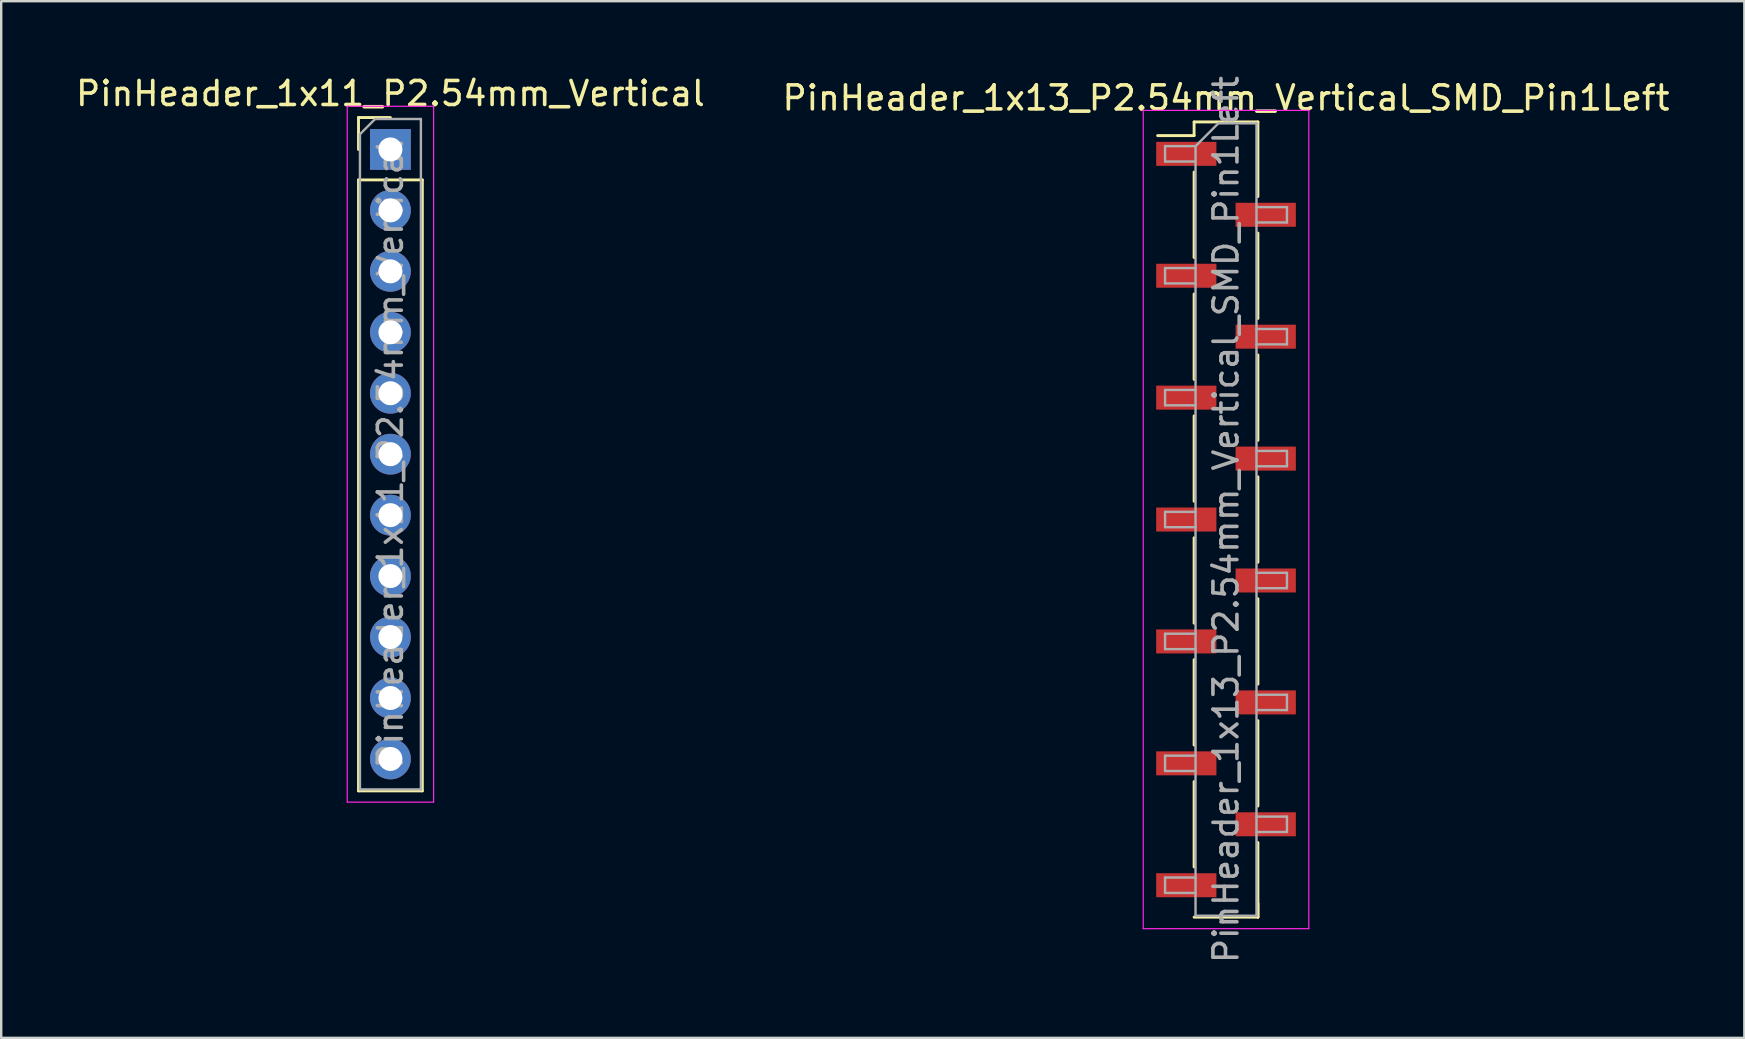
<source format=kicad_pcb>
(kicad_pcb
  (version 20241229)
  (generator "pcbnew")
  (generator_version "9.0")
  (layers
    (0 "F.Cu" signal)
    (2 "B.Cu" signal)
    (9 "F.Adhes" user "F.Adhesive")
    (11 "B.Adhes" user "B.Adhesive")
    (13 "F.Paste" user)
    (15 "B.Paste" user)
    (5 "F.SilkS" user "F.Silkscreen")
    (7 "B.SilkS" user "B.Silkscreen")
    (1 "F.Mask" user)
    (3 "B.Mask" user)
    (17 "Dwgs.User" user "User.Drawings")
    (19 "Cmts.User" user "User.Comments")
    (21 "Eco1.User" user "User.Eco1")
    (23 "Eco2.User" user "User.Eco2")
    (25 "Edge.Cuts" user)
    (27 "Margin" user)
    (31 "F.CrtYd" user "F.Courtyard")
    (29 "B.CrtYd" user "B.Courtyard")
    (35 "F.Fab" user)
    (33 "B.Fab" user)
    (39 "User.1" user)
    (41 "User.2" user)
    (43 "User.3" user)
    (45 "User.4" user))
  (footprint "PinHeader_1x11_P2.54mm_Vertical"
    (layer "F.Cu")
    (at 13.22 3.178)
    (property "Reference" "PinHeader_1x11_P2.54mm_Vertical" (at 0 -2.33 0) (layer "F.SilkS") (effects (font (size 1 1) (thickness 0.15))))
    (attr through_hole)
    (fp_line (start -1.33 -1.33) (end 0 -1.33) (stroke (width 0.12) (type solid)) (layer "F.SilkS"))
    (fp_line (start -1.33 0) (end -1.33 -1.33) (stroke (width 0.12) (type solid)) (layer "F.SilkS"))
    (fp_line (start -1.33 1.27) (end -1.33 26.73) (stroke (width 0.12) (type solid)) (layer "F.SilkS"))
    (fp_line (start -1.33 1.27) (end 1.33 1.27) (stroke (width 0.12) (type solid)) (layer "F.SilkS"))
    (fp_line (start -1.33 26.73) (end 1.33 26.73) (stroke (width 0.12) (type solid)) (layer "F.SilkS"))
    (fp_line (start 1.33 1.27) (end 1.33 26.73) (stroke (width 0.12) (type solid)) (layer "F.SilkS"))
    (fp_line (start -1.8 -1.8) (end -1.8 27.2) (stroke (width 0.05) (type solid)) (layer "F.CrtYd"))
    (fp_line (start -1.8 27.2) (end 1.8 27.2) (stroke (width 0.05) (type solid)) (layer "F.CrtYd"))
    (fp_line (start 1.8 -1.8) (end -1.8 -1.8) (stroke (width 0.05) (type solid)) (layer "F.CrtYd"))
    (fp_line (start 1.8 27.2) (end 1.8 -1.8) (stroke (width 0.05) (type solid)) (layer "F.CrtYd"))
    (fp_line (start -1.27 -0.635) (end -0.635 -1.27) (stroke (width 0.1) (type solid)) (layer "F.Fab"))
    (fp_line (start -1.27 26.67) (end -1.27 -0.635) (stroke (width 0.1) (type solid)) (layer "F.Fab"))
    (fp_line (start -0.635 -1.27) (end 1.27 -1.27) (stroke (width 0.1) (type solid)) (layer "F.Fab"))
    (fp_line (start 1.27 -1.27) (end 1.27 26.67) (stroke (width 0.1) (type solid)) (layer "F.Fab"))
    (fp_line (start 1.27 26.67) (end -1.27 26.67) (stroke (width 0.1) (type solid)) (layer "F.Fab"))
    (fp_text user "${REFERENCE}" (at 0 12.7 90) (layer "F.Fab") (effects (font (size 1 1) (thickness 0.15))))
    (pad "1" thru_hole rect (at 0 0) (size 1.7 1.7) (drill 1) (layers "*.Cu" "*.Mask"))
    (pad "2" thru_hole oval (at 0 2.54) (size 1.7 1.7) (drill 1) (layers "*.Cu" "*.Mask"))
    (pad "3" thru_hole oval (at 0 5.08) (size 1.7 1.7) (drill 1) (layers "*.Cu" "*.Mask"))
    (pad "4" thru_hole oval (at 0 7.62) (size 1.7 1.7) (drill 1) (layers "*.Cu" "*.Mask"))
    (pad "5" thru_hole oval (at 0 10.16) (size 1.7 1.7) (drill 1) (layers "*.Cu" "*.Mask"))
    (pad "6" thru_hole oval (at 0 12.7) (size 1.7 1.7) (drill 1) (layers "*.Cu" "*.Mask"))
    (pad "7" thru_hole oval (at 0 15.24) (size 1.7 1.7) (drill 1) (layers "*.Cu" "*.Mask"))
    (pad "8" thru_hole oval (at 0 17.78) (size 1.7 1.7) (drill 1) (layers "*.Cu" "*.Mask"))
    (pad "9" thru_hole oval (at 0 20.32) (size 1.7 1.7) (drill 1) (layers "*.Cu" "*.Mask"))
    (pad "10" thru_hole oval (at 0 22.86) (size 1.7 1.7) (drill 1) (layers "*.Cu" "*.Mask"))
    (pad "11" thru_hole oval (at 0 25.4) (size 1.7 1.7) (drill 1) (layers "*.Cu" "*.Mask")))
  (footprint "PinHeader_1x13_P2.54mm_Vertical_SMD_Pin1Left"
    (layer "F.Cu")
    (at 48.042 18.601)
    (property "Reference" "PinHeader_1x13_P2.54mm_Vertical_SMD_Pin1Left" (at 0 -17.57 0) (layer "F.SilkS") (effects (font (size 1 1) (thickness 0.15))))
    (attr smd)
    (fp_line (start -1.33 -16.57) (end -1.33 -16) (stroke (width 0.12) (type solid)) (layer "F.SilkS"))
    (fp_line (start -1.33 -16.57) (end 1.33 -16.57) (stroke (width 0.12) (type solid)) (layer "F.SilkS"))
    (fp_line (start -1.33 -16) (end -2.85 -16) (stroke (width 0.12) (type solid)) (layer "F.SilkS"))
    (fp_line (start -1.33 -14.48) (end -1.33 -10.92) (stroke (width 0.12) (type solid)) (layer "F.SilkS"))
    (fp_line (start -1.33 -9.4) (end -1.33 -5.84) (stroke (width 0.12) (type solid)) (layer "F.SilkS"))
    (fp_line (start -1.33 -4.32) (end -1.33 -0.76) (stroke (width 0.12) (type solid)) (layer "F.SilkS"))
    (fp_line (start -1.33 0.76) (end -1.33 4.32) (stroke (width 0.12) (type solid)) (layer "F.SilkS"))
    (fp_line (start -1.33 5.84) (end -1.33 9.4) (stroke (width 0.12) (type solid)) (layer "F.SilkS"))
    (fp_line (start -1.33 10.92) (end -1.33 14.48) (stroke (width 0.12) (type solid)) (layer "F.SilkS"))
    (fp_line (start -1.33 16.57) (end 1.33 16.57) (stroke (width 0.12) (type solid)) (layer "F.SilkS"))
    (fp_line (start 1.33 -16.57) (end 1.33 -13.46) (stroke (width 0.12) (type solid)) (layer "F.SilkS"))
    (fp_line (start 1.33 -11.94) (end 1.33 -8.38) (stroke (width 0.12) (type solid)) (layer "F.SilkS"))
    (fp_line (start 1.33 -6.86) (end 1.33 -3.3) (stroke (width 0.12) (type solid)) (layer "F.SilkS"))
    (fp_line (start 1.33 -1.78) (end 1.33 1.78) (stroke (width 0.12) (type solid)) (layer "F.SilkS"))
    (fp_line (start 1.33 3.3) (end 1.33 6.86) (stroke (width 0.12) (type solid)) (layer "F.SilkS"))
    (fp_line (start 1.33 8.38) (end 1.33 11.94) (stroke (width 0.12) (type solid)) (layer "F.SilkS"))
    (fp_line (start 1.33 13.46) (end 1.33 16.57) (stroke (width 0.12) (type solid)) (layer "F.SilkS"))
    (fp_line (start 1.33 16) (end 1.33 16.57) (stroke (width 0.12) (type solid)) (layer "F.SilkS"))
    (fp_line (start -3.45 -17.05) (end -3.45 17.05) (stroke (width 0.05) (type solid)) (layer "F.CrtYd"))
    (fp_line (start -3.45 17.05) (end 3.45 17.05) (stroke (width 0.05) (type solid)) (layer "F.CrtYd"))
    (fp_line (start 3.45 -17.05) (end -3.45 -17.05) (stroke (width 0.05) (type solid)) (layer "F.CrtYd"))
    (fp_line (start 3.45 17.05) (end 3.45 -17.05) (stroke (width 0.05) (type solid)) (layer "F.CrtYd"))
    (fp_line (start -2.54 -15.56) (end -2.54 -14.92) (stroke (width 0.1) (type solid)) (layer "F.Fab"))
    (fp_line (start -2.54 -14.92) (end -1.27 -14.92) (stroke (width 0.1) (type solid)) (layer "F.Fab"))
    (fp_line (start -2.54 -10.48) (end -2.54 -9.84) (stroke (width 0.1) (type solid)) (layer "F.Fab"))
    (fp_line (start -2.54 -9.84) (end -1.27 -9.84) (stroke (width 0.1) (type solid)) (layer "F.Fab"))
    (fp_line (start -2.54 -5.4) (end -2.54 -4.76) (stroke (width 0.1) (type solid)) (layer "F.Fab"))
    (fp_line (start -2.54 -4.76) (end -1.27 -4.76) (stroke (width 0.1) (type solid)) (layer "F.Fab"))
    (fp_line (start -2.54 -0.32) (end -2.54 0.32) (stroke (width 0.1) (type solid)) (layer "F.Fab"))
    (fp_line (start -2.54 0.32) (end -1.27 0.32) (stroke (width 0.1) (type solid)) (layer "F.Fab"))
    (fp_line (start -2.54 4.76) (end -2.54 5.4) (stroke (width 0.1) (type solid)) (layer "F.Fab"))
    (fp_line (start -2.54 5.4) (end -1.27 5.4) (stroke (width 0.1) (type solid)) (layer "F.Fab"))
    (fp_line (start -2.54 9.84) (end -2.54 10.48) (stroke (width 0.1) (type solid)) (layer "F.Fab"))
    (fp_line (start -2.54 10.48) (end -1.27 10.48) (stroke (width 0.1) (type solid)) (layer "F.Fab"))
    (fp_line (start -2.54 14.92) (end -2.54 15.56) (stroke (width 0.1) (type solid)) (layer "F.Fab"))
    (fp_line (start -2.54 15.56) (end -1.27 15.56) (stroke (width 0.1) (type solid)) (layer "F.Fab"))
    (fp_line (start -1.27 -15.56) (end -2.54 -15.56) (stroke (width 0.1) (type solid)) (layer "F.Fab"))
    (fp_line (start -1.27 -15.56) (end -0.32 -16.51) (stroke (width 0.1) (type solid)) (layer "F.Fab"))
    (fp_line (start -1.27 -10.48) (end -2.54 -10.48) (stroke (width 0.1) (type solid)) (layer "F.Fab"))
    (fp_line (start -1.27 -5.4) (end -2.54 -5.4) (stroke (width 0.1) (type solid)) (layer "F.Fab"))
    (fp_line (start -1.27 -0.32) (end -2.54 -0.32) (stroke (width 0.1) (type solid)) (layer "F.Fab"))
    (fp_line (start -1.27 4.76) (end -2.54 4.76) (stroke (width 0.1) (type solid)) (layer "F.Fab"))
    (fp_line (start -1.27 9.84) (end -2.54 9.84) (stroke (width 0.1) (type solid)) (layer "F.Fab"))
    (fp_line (start -1.27 14.92) (end -2.54 14.92) (stroke (width 0.1) (type solid)) (layer "F.Fab"))
    (fp_line (start -1.27 16.51) (end -1.27 -15.56) (stroke (width 0.1) (type solid)) (layer "F.Fab"))
    (fp_line (start -0.32 -16.51) (end 1.27 -16.51) (stroke (width 0.1) (type solid)) (layer "F.Fab"))
    (fp_line (start 1.27 -16.51) (end 1.27 16.51) (stroke (width 0.1) (type solid)) (layer "F.Fab"))
    (fp_line (start 1.27 -13.02) (end 2.54 -13.02) (stroke (width 0.1) (type solid)) (layer "F.Fab"))
    (fp_line (start 1.27 -7.94) (end 2.54 -7.94) (stroke (width 0.1) (type solid)) (layer "F.Fab"))
    (fp_line (start 1.27 -2.86) (end 2.54 -2.86) (stroke (width 0.1) (type solid)) (layer "F.Fab"))
    (fp_line (start 1.27 2.22) (end 2.54 2.22) (stroke (width 0.1) (type solid)) (layer "F.Fab"))
    (fp_line (start 1.27 7.3) (end 2.54 7.3) (stroke (width 0.1) (type solid)) (layer "F.Fab"))
    (fp_line (start 1.27 12.38) (end 2.54 12.38) (stroke (width 0.1) (type solid)) (layer "F.Fab"))
    (fp_line (start 1.27 16.51) (end -1.27 16.51) (stroke (width 0.1) (type solid)) (layer "F.Fab"))
    (fp_line (start 2.54 -13.02) (end 2.54 -12.38) (stroke (width 0.1) (type solid)) (layer "F.Fab"))
    (fp_line (start 2.54 -12.38) (end 1.27 -12.38) (stroke (width 0.1) (type solid)) (layer "F.Fab"))
    (fp_line (start 2.54 -7.94) (end 2.54 -7.3) (stroke (width 0.1) (type solid)) (layer "F.Fab"))
    (fp_line (start 2.54 -7.3) (end 1.27 -7.3) (stroke (width 0.1) (type solid)) (layer "F.Fab"))
    (fp_line (start 2.54 -2.86) (end 2.54 -2.22) (stroke (width 0.1) (type solid)) (layer "F.Fab"))
    (fp_line (start 2.54 -2.22) (end 1.27 -2.22) (stroke (width 0.1) (type solid)) (layer "F.Fab"))
    (fp_line (start 2.54 2.22) (end 2.54 2.86) (stroke (width 0.1) (type solid)) (layer "F.Fab"))
    (fp_line (start 2.54 2.86) (end 1.27 2.86) (stroke (width 0.1) (type solid)) (layer "F.Fab"))
    (fp_line (start 2.54 7.3) (end 2.54 7.94) (stroke (width 0.1) (type solid)) (layer "F.Fab"))
    (fp_line (start 2.54 7.94) (end 1.27 7.94) (stroke (width 0.1) (type solid)) (layer "F.Fab"))
    (fp_line (start 2.54 12.38) (end 2.54 13.02) (stroke (width 0.1) (type solid)) (layer "F.Fab"))
    (fp_line (start 2.54 13.02) (end 1.27 13.02) (stroke (width 0.1) (type solid)) (layer "F.Fab"))
    (fp_text user "${REFERENCE}" (at 0 0 90) (layer "F.Fab") (effects (font (size 1 1) (thickness 0.15))))
    (pad "1" smd rect (at -1.655 -15.24) (size 2.51 1) (layers "F.Cu" "F.Mask" "F.Paste"))
    (pad "2" smd rect (at 1.655 -12.7) (size 2.51 1) (layers "F.Cu" "F.Mask" "F.Paste"))
    (pad "3" smd rect (at -1.655 -10.16) (size 2.51 1) (layers "F.Cu" "F.Mask" "F.Paste"))
    (pad "4" smd rect (at 1.655 -7.62) (size 2.51 1) (layers "F.Cu" "F.Mask" "F.Paste"))
    (pad "5" smd rect (at -1.655 -5.08) (size 2.51 1) (layers "F.Cu" "F.Mask" "F.Paste"))
    (pad "6" smd rect (at 1.655 -2.54) (size 2.51 1) (layers "F.Cu" "F.Mask" "F.Paste"))
    (pad "7" smd rect (at -1.655 0) (size 2.51 1) (layers "F.Cu" "F.Mask" "F.Paste"))
    (pad "8" smd rect (at 1.655 2.54) (size 2.51 1) (layers "F.Cu" "F.Mask" "F.Paste"))
    (pad "9" smd rect (at -1.655 5.08) (size 2.51 1) (layers "F.Cu" "F.Mask" "F.Paste"))
    (pad "10" smd rect (at 1.655 7.62) (size 2.51 1) (layers "F.Cu" "F.Mask" "F.Paste"))
    (pad "11" smd rect (at -1.655 10.16) (size 2.51 1) (layers "F.Cu" "F.Mask" "F.Paste"))
    (pad "12" smd rect (at 1.655 12.7) (size 2.51 1) (layers "F.Cu" "F.Mask" "F.Paste"))
    (pad "13" smd rect (at -1.655 15.24) (size 2.51 1) (layers "F.Cu" "F.Mask" "F.Paste")))
  (gr_rect
    (start -3 -3)
    (end 69.643 40.202)
    (stroke (width 0.1) (type default))
    (fill no)
    (layer "Edge.Cuts")))
</source>
